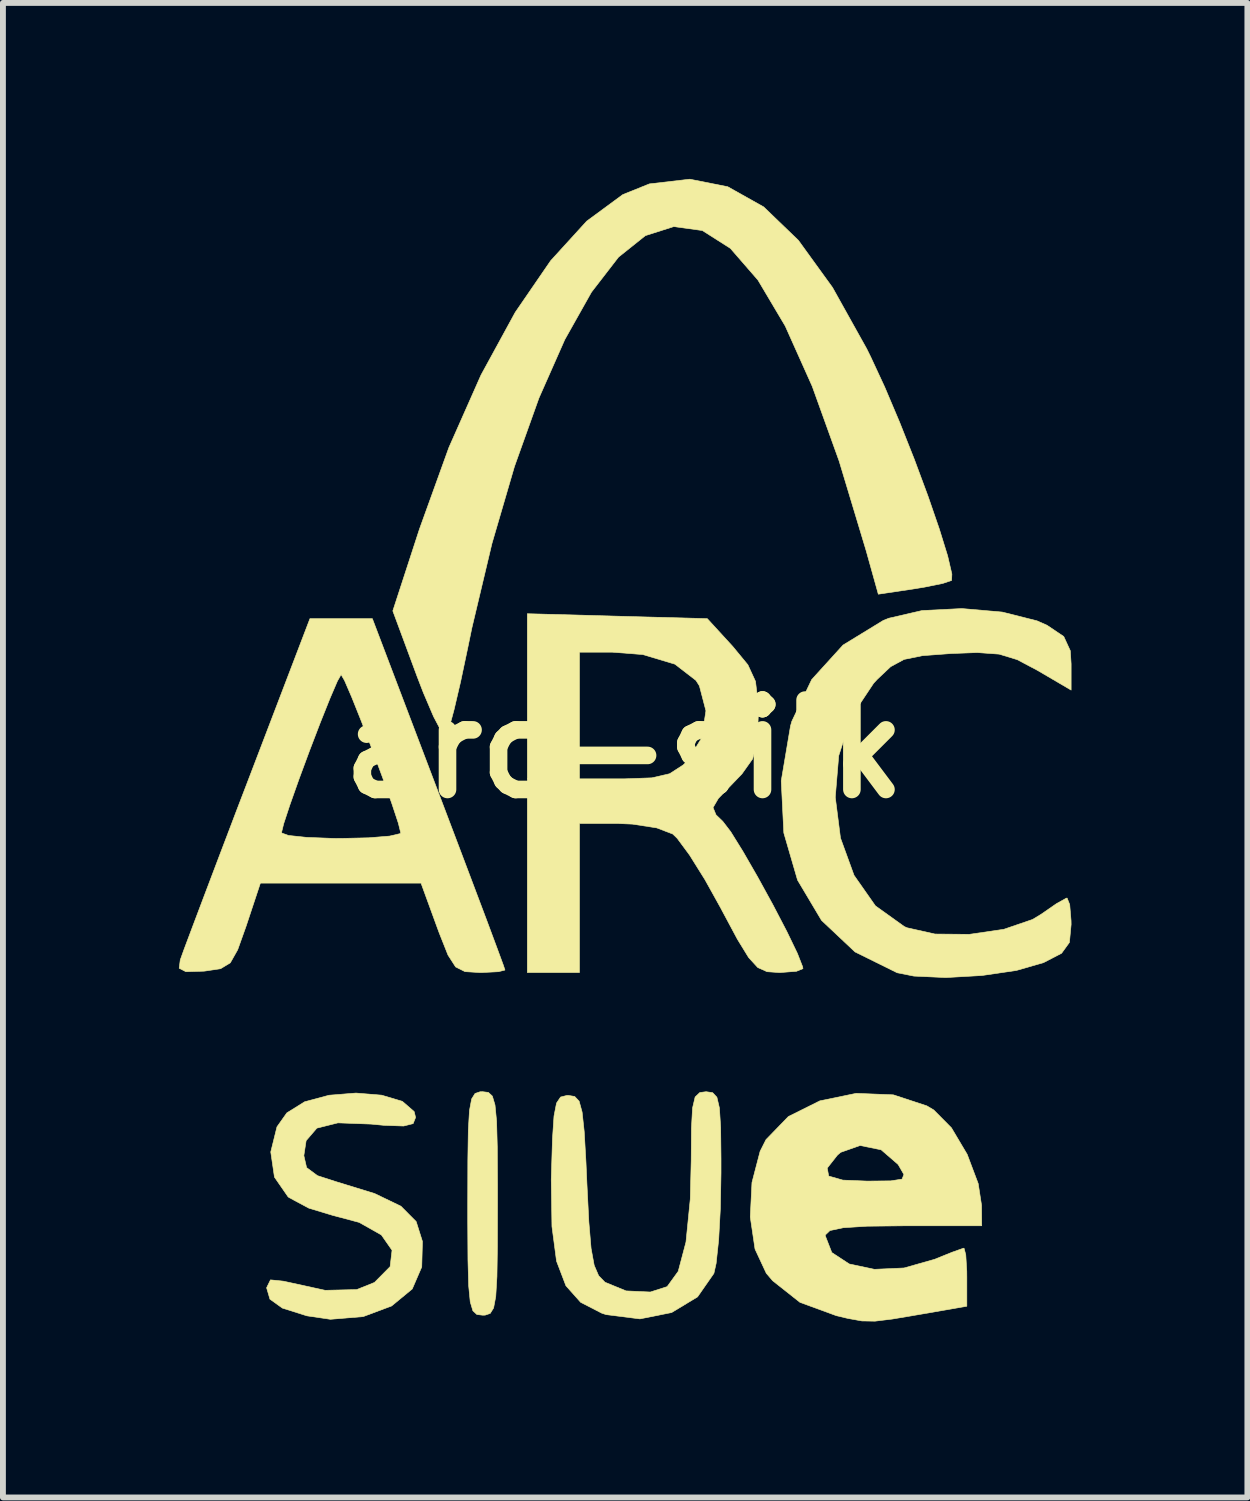
<source format=kicad_pcb>
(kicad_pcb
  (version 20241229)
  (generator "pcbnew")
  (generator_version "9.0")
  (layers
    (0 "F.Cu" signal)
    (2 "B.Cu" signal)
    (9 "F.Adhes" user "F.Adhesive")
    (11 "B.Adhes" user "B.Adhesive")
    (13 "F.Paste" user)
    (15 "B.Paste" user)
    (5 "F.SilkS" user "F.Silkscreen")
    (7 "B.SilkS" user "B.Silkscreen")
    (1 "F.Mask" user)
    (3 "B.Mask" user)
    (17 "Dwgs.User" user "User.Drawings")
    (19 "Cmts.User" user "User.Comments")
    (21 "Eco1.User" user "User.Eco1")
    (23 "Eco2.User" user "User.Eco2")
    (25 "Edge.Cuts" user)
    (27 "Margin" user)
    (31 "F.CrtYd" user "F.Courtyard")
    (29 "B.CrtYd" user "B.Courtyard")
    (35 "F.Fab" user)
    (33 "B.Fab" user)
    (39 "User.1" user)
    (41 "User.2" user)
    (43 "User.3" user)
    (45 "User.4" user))
  (footprint "arc-silk"
    (layer "F.Cu")
    (at 7.591 9.72)
    (property "Reference" "arc-silk" (at 0 0 0) (layer "F.SilkS") (effects (font (size 1.524 1.524) (thickness 0.3))))
    (attr through_hole)
    (fp_poly (pts (xy -2.315 5.854) (xy -2.247 5.917) (xy -2.202 6.068) (xy -2.175 6.344) (xy -2.163 6.783) (xy -2.159 7.423) (xy -2.159 7.747) (xy -2.161 8.479) (xy -2.169 8.995) (xy -2.189 9.332) (xy -2.226 9.529) (xy -2.284 9.622) (xy -2.37 9.651) (xy -2.413 9.652) (xy -2.511 9.64) (xy -2.579 9.577) (xy -2.624 9.426) (xy -2.651 9.15) (xy -2.663 8.711) (xy -2.667 8.071) (xy -2.667 7.747) (xy -2.665 7.015) (xy -2.657 6.499) (xy -2.637 6.162) (xy -2.6 5.965) (xy -2.542 5.872) (xy -2.456 5.843) (xy -2.413 5.842) (xy -2.315 5.854)) (stroke (width 0.01) (type solid)) (fill yes) (layer "F.SilkS"))
    (fp_poly (pts (xy -4.134 5.901) (xy -3.781 6.007) (xy -3.58 6.181) (xy -3.556 6.281) (xy -3.598 6.386) (xy -3.76 6.427) (xy -4.096 6.415) (xy -4.315 6.394) (xy -4.88 6.373) (xy -5.239 6.463) (xy -5.422 6.676) (xy -5.461 6.932) (xy -5.414 7.136) (xy -5.229 7.273) (xy -4.921 7.373) (xy -4.254 7.578) (xy -3.806 7.794) (xy -3.546 8.056) (xy -3.439 8.395) (xy -3.451 8.83) (xy -3.613 9.205) (xy -3.965 9.495) (xy -4.449 9.676) (xy -5.008 9.722) (xy -5.409 9.663) (xy -5.827 9.531) (xy -6.039 9.379) (xy -6.096 9.185) (xy -6.03 9.05) (xy -5.81 9.072) (xy -5.097 9.228) (xy -4.558 9.215) (xy -4.257 9.094) (xy -3.99 8.824) (xy -3.957 8.545) (xy -4.139 8.284) (xy -4.518 8.07) (xy -4.976 7.948) (xy -5.376 7.827) (xy -5.714 7.646) (xy -5.731 7.632) (xy -5.962 7.298) (xy -6.025 6.869) (xy -5.919 6.441) (xy -5.751 6.203) (xy -5.446 6.013) (xy -5.031 5.902) (xy -4.572 5.865) (xy -4.134 5.901)) (stroke (width 0.01) (type solid)) (fill yes) (layer "F.SilkS"))
    (fp_poly (pts (xy 1.508 5.858) (xy 1.581 5.936) (xy 1.624 6.12) (xy 1.645 6.453) (xy 1.651 6.98) (xy 1.651 7.231) (xy 1.64 7.833) (xy 1.611 8.368) (xy 1.568 8.769) (xy 1.53 8.939) (xy 1.251 9.34) (xy 0.809 9.607) (xy 0.269 9.715) (xy -0.305 9.643) (xy -0.381 9.618) (xy -0.741 9.433) (xy -0.993 9.15) (xy -1.153 8.73) (xy -1.231 8.139) (xy -1.243 7.339) (xy -1.24 7.239) (xy -1.222 6.644) (xy -1.196 6.257) (xy -1.153 6.036) (xy -1.084 5.933) (xy -0.978 5.906) (xy -0.953 5.905) (xy -0.844 5.923) (xy -0.768 6.003) (xy -0.717 6.189) (xy -0.681 6.522) (xy -0.651 7.045) (xy -0.635 7.408) (xy -0.602 8.064) (xy -0.564 8.513) (xy -0.511 8.802) (xy -0.435 8.979) (xy -0.328 9.089) (xy -0.325 9.091) (xy 0.033 9.238) (xy 0.446 9.257) (xy 0.733 9.165) (xy 0.922 8.904) (xy 1.054 8.405) (xy 1.127 7.674) (xy 1.143 7.018) (xy 1.147 6.465) (xy 1.166 6.119) (xy 1.21 5.932) (xy 1.29 5.856) (xy 1.397 5.842) (xy 1.508 5.858)) (stroke (width 0.01) (type solid)) (fill yes) (layer "F.SilkS"))
    (fp_poly (pts (xy 1.765 -9.587) (xy 2.378 -9.243) (xy 2.97 -8.673) (xy 3.552 -7.869) (xy 4.136 -6.822) (xy 4.202 -6.688) (xy 4.443 -6.169) (xy 4.697 -5.569) (xy 4.948 -4.936) (xy 5.179 -4.314) (xy 5.373 -3.751) (xy 5.515 -3.292) (xy 5.587 -2.983) (xy 5.582 -2.874) (xy 5.433 -2.824) (xy 5.119 -2.76) (xy 4.929 -2.729) (xy 4.333 -2.64) (xy 4.125 -3.384) (xy 3.665 -4.91) (xy 3.206 -6.185) (xy 2.746 -7.212) (xy 2.281 -7.995) (xy 1.811 -8.536) (xy 1.333 -8.84) (xy 0.845 -8.907) (xy 0.362 -8.753) (xy -0.096 -8.387) (xy -0.557 -7.79) (xy -1.012 -6.981) (xy -1.453 -5.984) (xy -1.87 -4.818) (xy -2.254 -3.505) (xy -2.596 -2.067) (xy -2.669 -1.714) (xy -2.789 -1.146) (xy -2.9 -0.671) (xy -2.988 -0.345) (xy -3.035 -0.224) (xy -3.112 -0.293) (xy -3.25 -0.555) (xy -3.424 -0.963) (xy -3.532 -1.243) (xy -3.944 -2.355) (xy -3.49 -3.749) (xy -2.988 -5.14) (xy -2.44 -6.377) (xy -1.857 -7.445) (xy -1.253 -8.325) (xy -0.638 -9) (xy -0.024 -9.452) (xy 0.43 -9.635) (xy 1.119 -9.715) (xy 1.765 -9.587)) (stroke (width 0.01) (type solid)) (fill yes) (layer "F.SilkS"))
    (fp_poly (pts (xy 6.447 -2.335) (xy 7.038 -2.186) (xy 7.208 -2.111) (xy 7.494 -1.919) (xy 7.606 -1.676) (xy 7.62 -1.452) (xy 7.62 -1.005) (xy 7.045 -1.342) (xy 6.701 -1.524) (xy 6.393 -1.618) (xy 6.02 -1.645) (xy 5.57 -1.628) (xy 5.086 -1.592) (xy 4.772 -1.528) (xy 4.543 -1.404) (xy 4.315 -1.189) (xy 4.253 -1.122) (xy 3.874 -0.552) (xy 3.658 0.113) (xy 3.599 0.821) (xy 3.688 1.518) (xy 3.919 2.153) (xy 4.284 2.674) (xy 4.777 3.027) (xy 4.823 3.047) (xy 5.3 3.154) (xy 5.885 3.159) (xy 6.473 3.073) (xy 6.961 2.906) (xy 7.107 2.818) (xy 7.37 2.636) (xy 7.537 2.543) (xy 7.551 2.54) (xy 7.596 2.652) (xy 7.619 2.928) (xy 7.62 2.991) (xy 7.591 3.297) (xy 7.457 3.482) (xy 7.15 3.641) (xy 7.144 3.643) (xy 6.686 3.775) (xy 6.099 3.861) (xy 5.484 3.896) (xy 4.94 3.871) (xy 4.654 3.814) (xy 3.936 3.459) (xy 3.365 2.921) (xy 2.956 2.234) (xy 2.722 1.43) (xy 2.678 0.543) (xy 2.836 -0.394) (xy 2.859 -0.474) (xy 3.197 -1.184) (xy 3.732 -1.773) (xy 4.417 -2.192) (xy 4.512 -2.23) (xy 5.078 -2.361) (xy 5.758 -2.395) (xy 6.447 -2.335)) (stroke (width 0.01) (type solid)) (fill yes) (layer "F.SilkS"))
    (fp_poly (pts (xy 4.588 5.895) (xy 5.16 6.083) (xy 5.279 6.154) (xy 5.579 6.457) (xy 5.848 6.91) (xy 6.036 7.409) (xy 6.093 7.779) (xy 6.096 8.128) (xy 4.763 8.128) (xy 4.139 8.135) (xy 3.733 8.161) (xy 3.508 8.209) (xy 3.43 8.284) (xy 3.429 8.299) (xy 3.54 8.584) (xy 3.838 8.779) (xy 4.267 8.87) (xy 4.771 8.847) (xy 5.29 8.7) (xy 5.593 8.578) (xy 5.776 8.513) (xy 5.794 8.509) (xy 5.824 8.622) (xy 5.841 8.902) (xy 5.842 9.004) (xy 5.842 9.499) (xy 5.038 9.639) (xy 4.576 9.717) (xy 4.276 9.754) (xy 4.052 9.75) (xy 3.814 9.707) (xy 3.619 9.661) (xy 2.997 9.433) (xy 2.532 9.065) (xy 2.423 8.937) (xy 2.231 8.525) (xy 2.15 7.978) (xy 2.179 7.39) (xy 2.243 7.144) (xy 3.462 7.144) (xy 3.487 7.28) (xy 3.728 7.349) (xy 4.143 7.366) (xy 4.545 7.362) (xy 4.738 7.332) (xy 4.769 7.253) (xy 4.681 7.1) (xy 4.668 7.08) (xy 4.381 6.832) (xy 4.022 6.759) (xy 3.69 6.876) (xy 3.635 6.924) (xy 3.462 7.144) (xy 2.243 7.144) (xy 2.318 6.858) (xy 2.418 6.659) (xy 2.8 6.265) (xy 3.336 5.998) (xy 3.956 5.87) (xy 4.588 5.895)) (stroke (width 0.01) (type solid)) (fill yes) (layer "F.SilkS"))
    (fp_poly (pts (xy -0.117 -2.265) (xy 1.417 -2.223) (xy 1.852 -1.748) (xy 2.109 -1.436) (xy 2.239 -1.154) (xy 2.283 -0.788) (xy 2.286 -0.561) (xy 2.269 -0.124) (xy 2.19 0.168) (xy 2.008 0.424) (xy 1.858 0.58) (xy 1.606 0.842) (xy 1.515 0.998) (xy 1.566 1.122) (xy 1.682 1.234) (xy 1.818 1.412) (xy 2.027 1.749) (xy 2.278 2.185) (xy 2.538 2.659) (xy 2.774 3.112) (xy 2.953 3.483) (xy 3.043 3.713) (xy 3.048 3.744) (xy 2.937 3.789) (xy 2.666 3.81) (xy 2.635 3.81) (xy 2.436 3.796) (xy 2.278 3.725) (xy 2.123 3.556) (xy 1.932 3.245) (xy 1.668 2.752) (xy 1.651 2.719) (xy 1.377 2.226) (xy 1.115 1.807) (xy 0.905 1.523) (xy 0.829 1.449) (xy 0.555 1.344) (xy 0.142 1.28) (xy -0.092 1.27) (xy -0.762 1.27) (xy -0.762 3.81) (xy -1.651 3.81) (xy -1.651 -1.651) (xy -0.762 -1.651) (xy -0.762 0.508) (xy 0.006 0.508) (xy 0.472 0.491) (xy 0.775 0.421) (xy 1.004 0.273) (xy 1.085 0.196) (xy 1.324 -0.193) (xy 1.394 -0.652) (xy 1.283 -1.077) (xy 1.224 -1.17) (xy 0.865 -1.447) (xy 0.318 -1.611) (xy -0.199 -1.651) (xy -0.762 -1.651) (xy -1.651 -1.651) (xy -1.651 -2.307) (xy -0.117 -2.265)) (stroke (width 0.01) (type solid)) (fill yes) (layer "F.SilkS"))
    (fp_poly (pts (xy -3.163 0.752) (xy -2.854 1.567) (xy -2.577 2.3) (xy -2.344 2.918) (xy -2.168 3.391) (xy -2.06 3.684) (xy -2.032 3.768) (xy -2.144 3.796) (xy -2.418 3.81) (xy -2.47 3.81) (xy -2.713 3.795) (xy -2.873 3.715) (xy -3.003 3.513) (xy -3.153 3.135) (xy -3.185 3.048) (xy -3.463 2.286) (xy -6.202 2.286) (xy -6.444 3.016) (xy -6.589 3.422) (xy -6.715 3.645) (xy -6.88 3.745) (xy -7.14 3.784) (xy -7.165 3.787) (xy -7.472 3.796) (xy -7.586 3.737) (xy -7.568 3.596) (xy -7.503 3.415) (xy -7.36 3.034) (xy -7.154 2.488) (xy -6.899 1.815) (xy -6.752 1.429) (xy -5.843 1.429) (xy -5.725 1.473) (xy -5.414 1.506) (xy -4.97 1.523) (xy -4.826 1.524) (xy -4.354 1.513) (xy -3.999 1.484) (xy -3.82 1.442) (xy -3.809 1.429) (xy -3.85 1.263) (xy -3.96 0.931) (xy -4.116 0.492) (xy -4.297 0.005) (xy -4.48 -0.473) (xy -4.644 -0.883) (xy -4.767 -1.168) (xy -4.826 -1.269) (xy -4.889 -1.158) (xy -5.014 -0.867) (xy -5.18 -0.452) (xy -5.364 0.028) (xy -5.544 0.514) (xy -5.698 0.949) (xy -5.805 1.274) (xy -5.843 1.429) (xy -6.752 1.429) (xy -6.608 1.049) (xy -6.425 0.572) (xy -5.357 -2.223) (xy -4.293 -2.223) (xy -3.163 0.752)) (stroke (width 0.01) (type solid)) (fill yes) (layer "F.SilkS")))
  (gr_rect
    (start -3 -3)
    (end 18.216 22.479)
    (stroke (width 0.1) (type default))
    (fill no)
    (layer "Edge.Cuts")))
</source>
